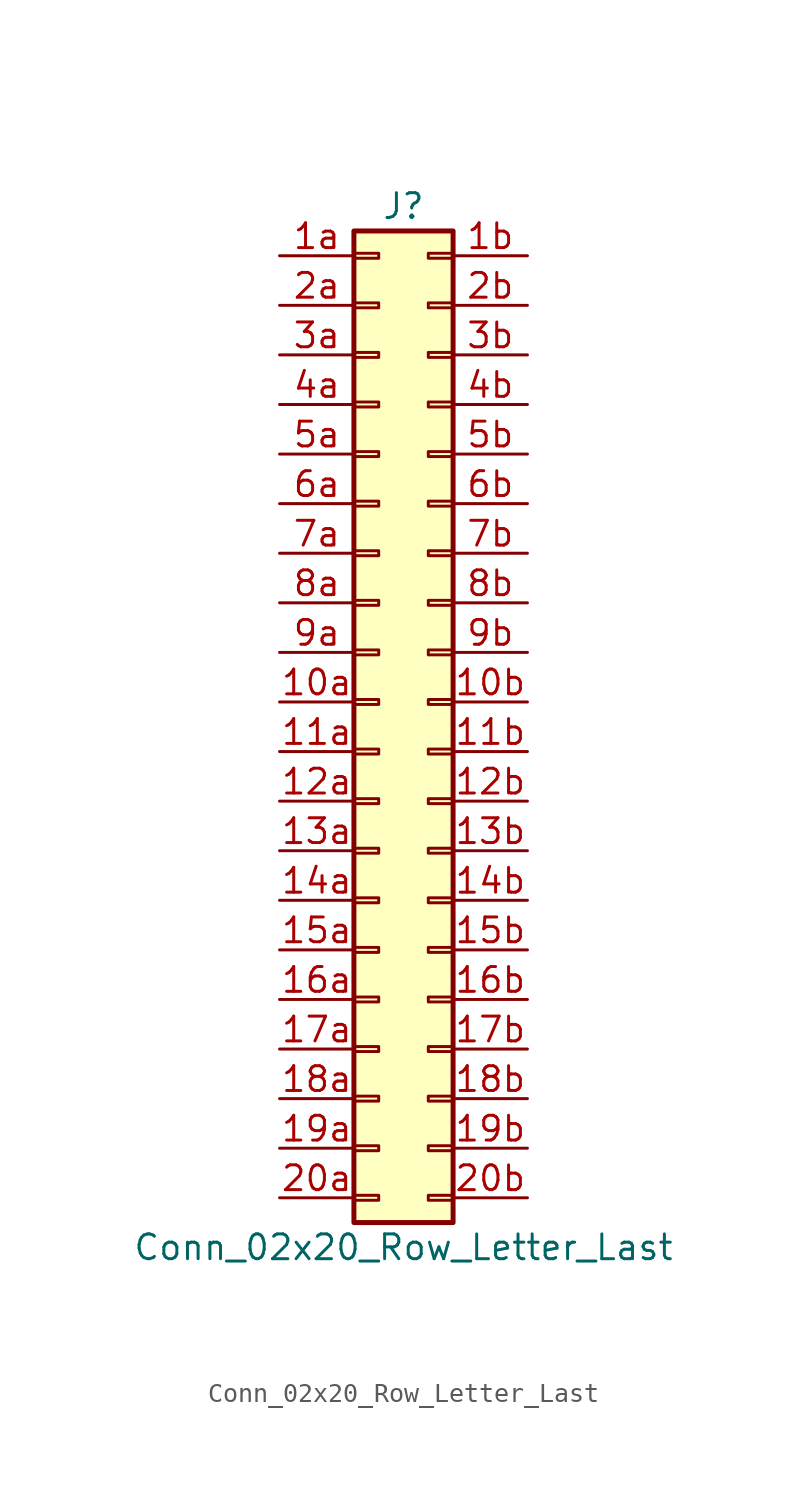
<source format=kicad_sym>
(kicad_symbol_lib
  (version 20201005)
  (generator kicad_symbol_editor)
  (symbol "Conn_02x20_Row_Letter_Last"
    (pin_names
      (offset 1.016) hide)
    (property "Reference" "J"
      (at 1.27 25.4 0)
      (effects (font (size 1.27 1.27))))
    (property "Value" "Conn_02x20_Row_Letter_Last"
      (at 1.27 -27.94 0)
      (effects (font (size 1.27 1.27))))
    (symbol "Conn_02x20_Row_Letter_Last_1_1"
      (rectangle (start -1.27 -25.273) (end 0 -25.527) (stroke (width 0.152)) (fill (type none)))
      (rectangle (start -1.27 -22.733) (end 0 -22.987) (stroke (width 0.152)) (fill (type none)))
      (rectangle (start -1.27 -20.193) (end 0 -20.447) (stroke (width 0.152)) (fill (type none)))
      (rectangle (start -1.27 -17.653) (end 0 -17.907) (stroke (width 0.152)) (fill (type none)))
      (rectangle (start -1.27 -15.113) (end 0 -15.367) (stroke (width 0.152)) (fill (type none)))
      (rectangle (start -1.27 -12.573) (end 0 -12.827) (stroke (width 0.152)) (fill (type none)))
      (rectangle (start -1.27 -10.033) (end 0 -10.287) (stroke (width 0.152)) (fill (type none)))
      (rectangle (start -1.27 -7.493) (end 0 -7.747) (stroke (width 0.152)) (fill (type none)))
      (rectangle (start -1.27 -4.953) (end 0 -5.207) (stroke (width 0.152)) (fill (type none)))
      (rectangle (start -1.27 -2.413) (end 0 -2.667) (stroke (width 0.152)) (fill (type none)))
      (rectangle (start -1.27 0.127) (end 0 -0.127) (stroke (width 0.152)) (fill (type none)))
      (rectangle (start -1.27 2.667) (end 0 2.413) (stroke (width 0.152)) (fill (type none)))
      (rectangle (start -1.27 5.207) (end 0 4.953) (stroke (width 0.152)) (fill (type none)))
      (rectangle (start -1.27 7.747) (end 0 7.493) (stroke (width 0.152)) (fill (type none)))
      (rectangle (start -1.27 10.287) (end 0 10.033) (stroke (width 0.152)) (fill (type none)))
      (rectangle (start -1.27 12.827) (end 0 12.573) (stroke (width 0.152)) (fill (type none)))
      (rectangle (start -1.27 15.367) (end 0 15.113) (stroke (width 0.152)) (fill (type none)))
      (rectangle (start -1.27 17.907) (end 0 17.653) (stroke (width 0.152)) (fill (type none)))
      (rectangle (start -1.27 20.447) (end 0 20.193) (stroke (width 0.152)) (fill (type none)))
      (rectangle (start -1.27 22.987) (end 0 22.733) (stroke (width 0.152)) (fill (type none)))
      (rectangle (start -1.27 24.13) (end 3.81 -26.67) (stroke (width 0.254)) (fill (type background)))
      (rectangle (start 3.81 -25.273) (end 2.54 -25.527) (stroke (width 0.152)) (fill (type none)))
      (rectangle (start 3.81 -22.733) (end 2.54 -22.987) (stroke (width 0.152)) (fill (type none)))
      (rectangle (start 3.81 -20.193) (end 2.54 -20.447) (stroke (width 0.152)) (fill (type none)))
      (rectangle (start 3.81 -17.653) (end 2.54 -17.907) (stroke (width 0.152)) (fill (type none)))
      (rectangle (start 3.81 -15.113) (end 2.54 -15.367) (stroke (width 0.152)) (fill (type none)))
      (rectangle (start 3.81 -12.573) (end 2.54 -12.827) (stroke (width 0.152)) (fill (type none)))
      (rectangle (start 3.81 -10.033) (end 2.54 -10.287) (stroke (width 0.152)) (fill (type none)))
      (rectangle (start 3.81 -7.493) (end 2.54 -7.747) (stroke (width 0.152)) (fill (type none)))
      (rectangle (start 3.81 -4.953) (end 2.54 -5.207) (stroke (width 0.152)) (fill (type none)))
      (rectangle (start 3.81 -2.413) (end 2.54 -2.667) (stroke (width 0.152)) (fill (type none)))
      (rectangle (start 3.81 0.127) (end 2.54 -0.127) (stroke (width 0.152)) (fill (type none)))
      (rectangle (start 3.81 2.667) (end 2.54 2.413) (stroke (width 0.152)) (fill (type none)))
      (rectangle (start 3.81 5.207) (end 2.54 4.953) (stroke (width 0.152)) (fill (type none)))
      (rectangle (start 3.81 7.747) (end 2.54 7.493) (stroke (width 0.152)) (fill (type none)))
      (rectangle (start 3.81 10.287) (end 2.54 10.033) (stroke (width 0.152)) (fill (type none)))
      (rectangle (start 3.81 12.827) (end 2.54 12.573) (stroke (width 0.152)) (fill (type none)))
      (rectangle (start 3.81 15.367) (end 2.54 15.113) (stroke (width 0.152)) (fill (type none)))
      (rectangle (start 3.81 17.907) (end 2.54 17.653) (stroke (width 0.152)) (fill (type none)))
      (rectangle (start 3.81 20.447) (end 2.54 20.193) (stroke (width 0.152)) (fill (type none)))
      (rectangle (start 3.81 22.987) (end 2.54 22.733) (stroke (width 0.152)) (fill (type none)))
      (pin passive line (at -5.08 0 0) (length 3.81) (name "Pin_10a" (effects (font (size 1.27 1.27)))) (number "10a" (effects (font (size 1.27 1.27)))))
      (pin passive line (at 7.62 0 180) (length 3.81) (name "Pin_10b" (effects (font (size 1.27 1.27)))) (number "10b" (effects (font (size 1.27 1.27)))))
      (pin passive line (at -5.08 -2.54 0) (length 3.81) (name "Pin_11a" (effects (font (size 1.27 1.27)))) (number "11a" (effects (font (size 1.27 1.27)))))
      (pin passive line (at 7.62 -2.54 180) (length 3.81) (name "Pin_11b" (effects (font (size 1.27 1.27)))) (number "11b" (effects (font (size 1.27 1.27)))))
      (pin passive line (at -5.08 -5.08 0) (length 3.81) (name "Pin_12a" (effects (font (size 1.27 1.27)))) (number "12a" (effects (font (size 1.27 1.27)))))
      (pin passive line (at 7.62 -5.08 180) (length 3.81) (name "Pin_12b" (effects (font (size 1.27 1.27)))) (number "12b" (effects (font (size 1.27 1.27)))))
      (pin passive line (at -5.08 -7.62 0) (length 3.81) (name "Pin_13a" (effects (font (size 1.27 1.27)))) (number "13a" (effects (font (size 1.27 1.27)))))
      (pin passive line (at 7.62 -7.62 180) (length 3.81) (name "Pin_13b" (effects (font (size 1.27 1.27)))) (number "13b" (effects (font (size 1.27 1.27)))))
      (pin passive line (at -5.08 -10.16 0) (length 3.81) (name "Pin_14a" (effects (font (size 1.27 1.27)))) (number "14a" (effects (font (size 1.27 1.27)))))
      (pin passive line (at 7.62 -10.16 180) (length 3.81) (name "Pin_14b" (effects (font (size 1.27 1.27)))) (number "14b" (effects (font (size 1.27 1.27)))))
      (pin passive line (at -5.08 -12.7 0) (length 3.81) (name "Pin_15a" (effects (font (size 1.27 1.27)))) (number "15a" (effects (font (size 1.27 1.27)))))
      (pin passive line (at 7.62 -12.7 180) (length 3.81) (name "Pin_15b" (effects (font (size 1.27 1.27)))) (number "15b" (effects (font (size 1.27 1.27)))))
      (pin passive line (at -5.08 -15.24 0) (length 3.81) (name "Pin_16a" (effects (font (size 1.27 1.27)))) (number "16a" (effects (font (size 1.27 1.27)))))
      (pin passive line (at 7.62 -15.24 180) (length 3.81) (name "Pin_16b" (effects (font (size 1.27 1.27)))) (number "16b" (effects (font (size 1.27 1.27)))))
      (pin passive line (at -5.08 -17.78 0) (length 3.81) (name "Pin_17a" (effects (font (size 1.27 1.27)))) (number "17a" (effects (font (size 1.27 1.27)))))
      (pin passive line (at 7.62 -17.78 180) (length 3.81) (name "Pin_17b" (effects (font (size 1.27 1.27)))) (number "17b" (effects (font (size 1.27 1.27)))))
      (pin passive line (at -5.08 -20.32 0) (length 3.81) (name "Pin_18a" (effects (font (size 1.27 1.27)))) (number "18a" (effects (font (size 1.27 1.27)))))
      (pin passive line (at 7.62 -20.32 180) (length 3.81) (name "Pin_18b" (effects (font (size 1.27 1.27)))) (number "18b" (effects (font (size 1.27 1.27)))))
      (pin passive line (at -5.08 -22.86 0) (length 3.81) (name "Pin_19a" (effects (font (size 1.27 1.27)))) (number "19a" (effects (font (size 1.27 1.27)))))
      (pin passive line (at 7.62 -22.86 180) (length 3.81) (name "Pin_19b" (effects (font (size 1.27 1.27)))) (number "19b" (effects (font (size 1.27 1.27)))))
      (pin passive line (at -5.08 22.86 0) (length 3.81) (name "Pin_1a" (effects (font (size 1.27 1.27)))) (number "1a" (effects (font (size 1.27 1.27)))))
      (pin passive line (at 7.62 22.86 180) (length 3.81) (name "Pin_1b" (effects (font (size 1.27 1.27)))) (number "1b" (effects (font (size 1.27 1.27)))))
      (pin passive line (at -5.08 -25.4 0) (length 3.81) (name "Pin_20a" (effects (font (size 1.27 1.27)))) (number "20a" (effects (font (size 1.27 1.27)))))
      (pin passive line (at 7.62 -25.4 180) (length 3.81) (name "Pin_20b" (effects (font (size 1.27 1.27)))) (number "20b" (effects (font (size 1.27 1.27)))))
      (pin passive line (at -5.08 20.32 0) (length 3.81) (name "Pin_2a" (effects (font (size 1.27 1.27)))) (number "2a" (effects (font (size 1.27 1.27)))))
      (pin passive line (at 7.62 20.32 180) (length 3.81) (name "Pin_2b" (effects (font (size 1.27 1.27)))) (number "2b" (effects (font (size 1.27 1.27)))))
      (pin passive line (at -5.08 17.78 0) (length 3.81) (name "Pin_3a" (effects (font (size 1.27 1.27)))) (number "3a" (effects (font (size 1.27 1.27)))))
      (pin passive line (at 7.62 17.78 180) (length 3.81) (name "Pin_3b" (effects (font (size 1.27 1.27)))) (number "3b" (effects (font (size 1.27 1.27)))))
      (pin passive line (at -5.08 15.24 0) (length 3.81) (name "Pin_4a" (effects (font (size 1.27 1.27)))) (number "4a" (effects (font (size 1.27 1.27)))))
      (pin passive line (at 7.62 15.24 180) (length 3.81) (name "Pin_4b" (effects (font (size 1.27 1.27)))) (number "4b" (effects (font (size 1.27 1.27)))))
      (pin passive line (at -5.08 12.7 0) (length 3.81) (name "Pin_5a" (effects (font (size 1.27 1.27)))) (number "5a" (effects (font (size 1.27 1.27)))))
      (pin passive line (at 7.62 12.7 180) (length 3.81) (name "Pin_5b" (effects (font (size 1.27 1.27)))) (number "5b" (effects (font (size 1.27 1.27)))))
      (pin passive line (at -5.08 10.16 0) (length 3.81) (name "Pin_6a" (effects (font (size 1.27 1.27)))) (number "6a" (effects (font (size 1.27 1.27)))))
      (pin passive line (at 7.62 10.16 180) (length 3.81) (name "Pin_6b" (effects (font (size 1.27 1.27)))) (number "6b" (effects (font (size 1.27 1.27)))))
      (pin passive line (at -5.08 7.62 0) (length 3.81) (name "Pin_7a" (effects (font (size 1.27 1.27)))) (number "7a" (effects (font (size 1.27 1.27)))))
      (pin passive line (at 7.62 7.62 180) (length 3.81) (name "Pin_7b" (effects (font (size 1.27 1.27)))) (number "7b" (effects (font (size 1.27 1.27)))))
      (pin passive line (at -5.08 5.08 0) (length 3.81) (name "Pin_8a" (effects (font (size 1.27 1.27)))) (number "8a" (effects (font (size 1.27 1.27)))))
      (pin passive line (at 7.62 5.08 180) (length 3.81) (name "Pin_8b" (effects (font (size 1.27 1.27)))) (number "8b" (effects (font (size 1.27 1.27)))))
      (pin passive line (at -5.08 2.54 0) (length 3.81) (name "Pin_9a" (effects (font (size 1.27 1.27)))) (number "9a" (effects (font (size 1.27 1.27)))))
      (pin passive line (at 7.62 2.54 180) (length 3.81) (name "Pin_9b" (effects (font (size 1.27 1.27)))) (number "9b" (effects (font (size 1.27 1.27))))))))
</source>
